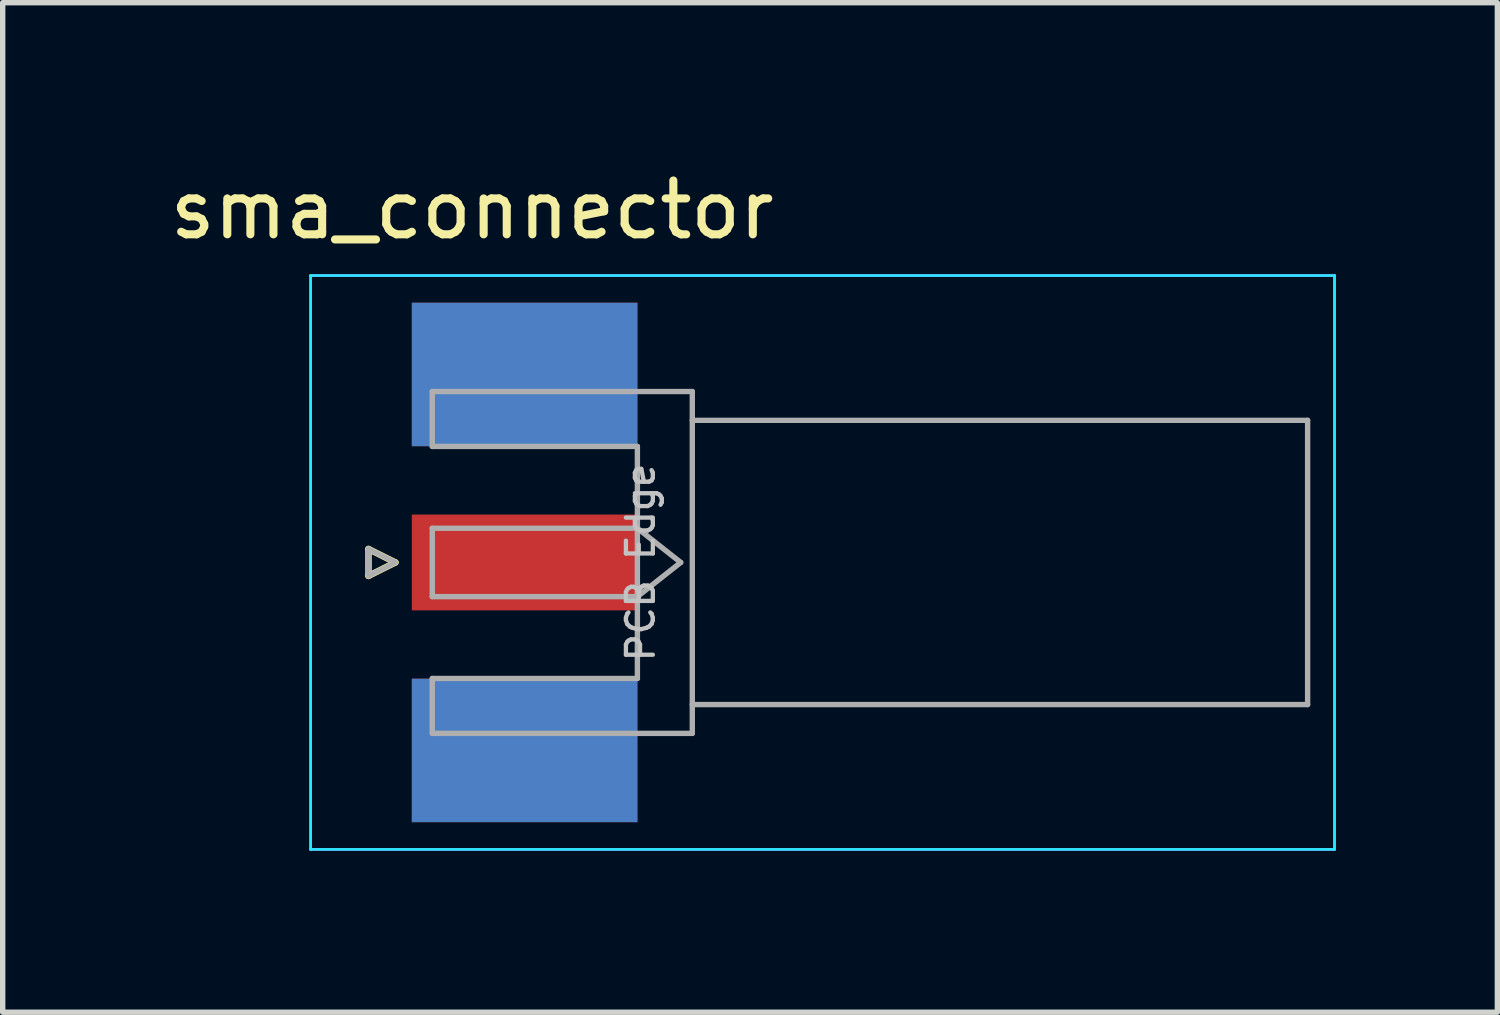
<source format=kicad_pcb>
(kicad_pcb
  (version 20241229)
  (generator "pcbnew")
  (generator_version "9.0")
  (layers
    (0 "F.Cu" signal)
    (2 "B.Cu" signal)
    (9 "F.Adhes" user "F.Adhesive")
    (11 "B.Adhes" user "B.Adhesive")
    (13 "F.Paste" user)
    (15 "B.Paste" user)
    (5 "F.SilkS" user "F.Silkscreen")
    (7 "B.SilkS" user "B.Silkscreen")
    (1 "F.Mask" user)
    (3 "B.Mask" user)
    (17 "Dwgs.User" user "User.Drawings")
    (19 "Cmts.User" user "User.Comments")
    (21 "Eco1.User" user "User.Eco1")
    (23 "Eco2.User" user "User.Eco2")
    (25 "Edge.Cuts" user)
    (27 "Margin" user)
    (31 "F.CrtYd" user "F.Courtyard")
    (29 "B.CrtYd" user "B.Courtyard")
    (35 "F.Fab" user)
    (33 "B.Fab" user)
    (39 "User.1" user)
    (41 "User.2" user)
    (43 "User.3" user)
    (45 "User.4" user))
  (footprint "sma_connector"
    (layer "F.Cu")
    (at 8.72 7.448)
    (property "Reference" "sma_connector" (at -3 -6.6 0) (unlocked yes) (layer "F.SilkS") (effects (font (size 1 1) (thickness 0.15))))
    (attr smd)
    (fp_line (start -4.925 -0.3) (end -4.925 0.2) (stroke (width 0.12) (type solid)) (layer "F.SilkS"))
    (fp_line (start -4.925 0.2) (end -4.425 -0.05) (stroke (width 0.12) (type solid)) (layer "F.SilkS"))
    (fp_line (start -4.425 -0.05) (end -4.925 -0.3) (stroke (width 0.12) (type solid)) (layer "F.SilkS"))
    (fp_line (start -6 -5.38) (end -6 5.28) (stroke (width 0.05) (type solid)) (layer "B.CrtYd"))
    (fp_line (start -6 -5.38) (end 13.02 -5.38) (stroke (width 0.05) (type solid)) (layer "B.CrtYd"))
    (fp_line (start 13.02 -5.38) (end 13.02 5.28) (stroke (width 0.05) (type solid)) (layer "B.CrtYd"))
    (fp_line (start 13.02 5.28) (end -6 5.28) (stroke (width 0.05) (type solid)) (layer "B.CrtYd"))
    (fp_line (start -6 -5.38) (end -6 5.28) (stroke (width 0.05) (type solid)) (layer "F.CrtYd"))
    (fp_line (start -6 -5.38) (end 13.02 -5.38) (stroke (width 0.05) (type solid)) (layer "F.CrtYd"))
    (fp_line (start 13.02 -5.38) (end 13.02 5.28) (stroke (width 0.05) (type solid)) (layer "F.CrtYd"))
    (fp_line (start 13.02 5.28) (end -6 5.28) (stroke (width 0.05) (type solid)) (layer "F.CrtYd"))
    (fp_line (start -4.925 -0.3) (end -4.425 -0.05) (stroke (width 0.1) (type solid)) (layer "F.Fab"))
    (fp_line (start -4.925 0.2) (end -4.925 -0.3) (stroke (width 0.1) (type solid)) (layer "F.Fab"))
    (fp_line (start -4.425 -0.05) (end -4.925 0.2) (stroke (width 0.1) (type solid)) (layer "F.Fab"))
    (fp_line (start -3.74 -3.225) (end -3.74 -2.205) (stroke (width 0.1) (type solid)) (layer "F.Fab"))
    (fp_line (start -3.74 -3.225) (end 1.09 -3.225) (stroke (width 0.1) (type solid)) (layer "F.Fab"))
    (fp_line (start -3.74 -0.685) (end -3.74 0.585) (stroke (width 0.1) (type solid)) (layer "F.Fab"))
    (fp_line (start -3.74 3.125) (end -3.74 2.105) (stroke (width 0.1) (type solid)) (layer "F.Fab"))
    (fp_line (start 0.07 -2.205) (end -3.74 -2.205) (stroke (width 0.1) (type solid)) (layer "F.Fab"))
    (fp_line (start 0.07 -2.205) (end 0.07 2.105) (stroke (width 0.1) (type solid)) (layer "F.Fab"))
    (fp_line (start 0.07 -0.685) (end -3.74 -0.685) (stroke (width 0.1) (type solid)) (layer "F.Fab"))
    (fp_line (start 0.07 -0.685) (end 0.875 -0.05) (stroke (width 0.1) (type solid)) (layer "F.Fab"))
    (fp_line (start 0.07 0.585) (end -3.74 0.585) (stroke (width 0.1) (type solid)) (layer "F.Fab"))
    (fp_line (start 0.07 2.105) (end -3.74 2.105) (stroke (width 0.1) (type solid)) (layer "F.Fab"))
    (fp_line (start 0.875 -0.05) (end 0.07 0.585) (stroke (width 0.1) (type solid)) (layer "F.Fab"))
    (fp_line (start 1.09 -3.225) (end 1.09 3.125) (stroke (width 0.1) (type solid)) (layer "F.Fab"))
    (fp_line (start 1.09 3.125) (end -3.74 3.125) (stroke (width 0.1) (type solid)) (layer "F.Fab"))
    (fp_line (start 12.52 -2.69) (end 1.09 -2.69) (stroke (width 0.1) (type solid)) (layer "F.Fab"))
    (fp_line (start 12.52 -2.69) (end 12.52 2.59) (stroke (width 0.1) (type solid)) (layer "F.Fab"))
    (fp_line (start 12.52 2.59) (end 1.09 2.59) (stroke (width 0.1) (type solid)) (layer "F.Fab"))
    (fp_text user "PCB Edge" (at 0.13 -0.05 90) (layer "Dwgs.User") (effects (font (size 0.5 0.5) (thickness 0.08))))
    (pad "1" smd rect (at -2.025 -0.05) (size 4.19 1.78) (layers "F.Cu" "F.Mask" "F.Paste"))
    (pad "2" smd rect (at -2.025 -3.542) (size 4.19 2.665) (layers "F.Cu" "F.Mask" "F.Paste"))
    (pad "2" smd rect (at -2.025 -3.542) (size 4.19 2.665) (layers "B.Cu" "B.Mask" "B.Paste"))
    (pad "2" smd rect (at -2.025 3.442) (size 4.19 2.665) (layers "F.Cu" "F.Mask" "F.Paste"))
    (pad "2" smd rect (at -2.025 3.442) (size 4.19 2.665) (layers "B.Cu" "B.Mask" "B.Paste")))
  (gr_rect
    (start -3 -3)
    (end 24.765 15.753)
    (stroke (width 0.1) (type default))
    (fill no)
    (layer "Edge.Cuts")))
</source>
